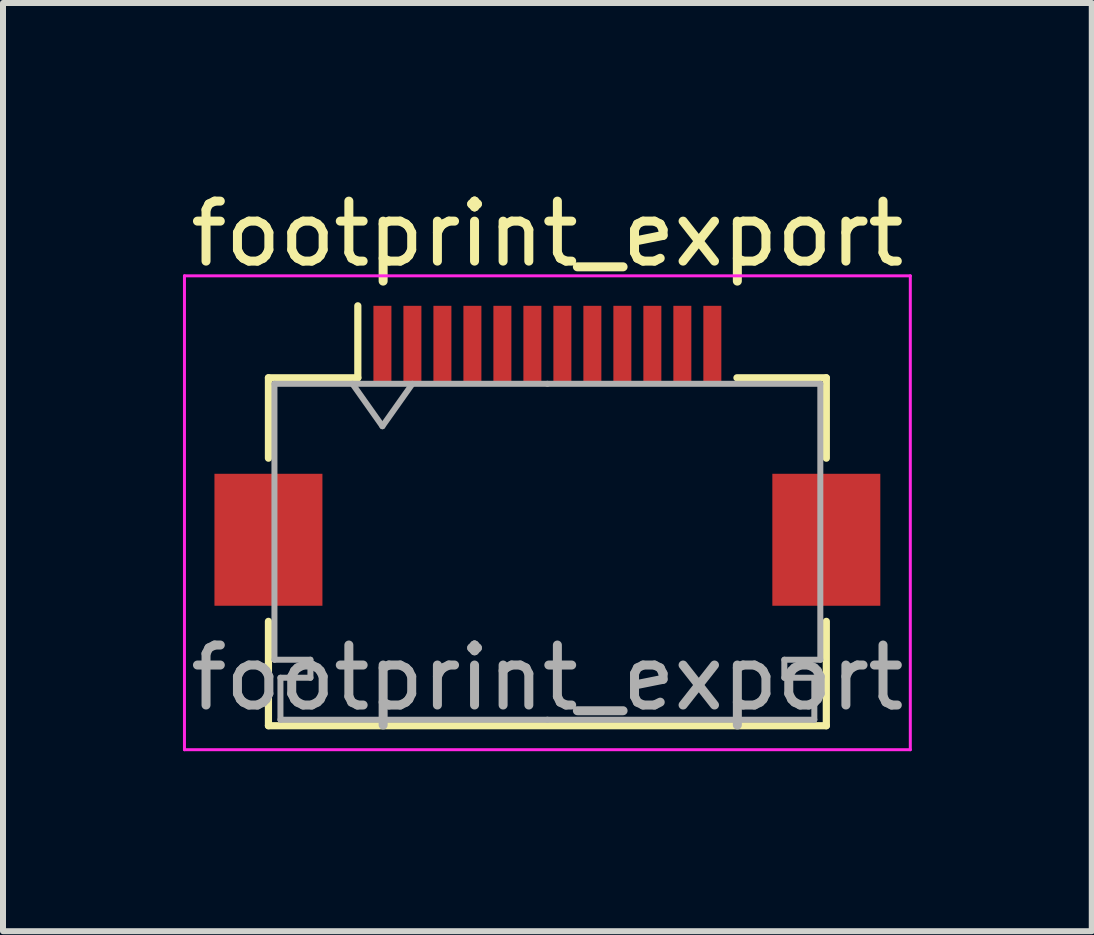
<source format=kicad_pcb>
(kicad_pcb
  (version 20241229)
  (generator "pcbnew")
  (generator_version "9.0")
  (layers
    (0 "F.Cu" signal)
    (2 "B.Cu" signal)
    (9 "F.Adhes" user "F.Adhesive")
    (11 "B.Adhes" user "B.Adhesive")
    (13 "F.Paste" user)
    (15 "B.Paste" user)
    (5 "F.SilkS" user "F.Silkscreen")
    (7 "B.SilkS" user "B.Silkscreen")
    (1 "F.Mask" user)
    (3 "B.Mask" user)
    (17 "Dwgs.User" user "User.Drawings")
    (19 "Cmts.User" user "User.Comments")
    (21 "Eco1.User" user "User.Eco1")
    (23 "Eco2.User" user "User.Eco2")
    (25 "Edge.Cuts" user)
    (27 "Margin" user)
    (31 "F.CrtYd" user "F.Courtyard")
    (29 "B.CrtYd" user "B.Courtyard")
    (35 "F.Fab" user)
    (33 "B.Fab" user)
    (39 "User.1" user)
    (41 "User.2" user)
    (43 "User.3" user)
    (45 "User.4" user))
  (footprint "footprint_export"
    (layer "F.Cu")
    (at 6.075 4.548)
    (property "Reference" "footprint_export" (at 0 -3.7 0) (layer "F.SilkS") (effects (font (size 1 1) (thickness 0.15))))
    (attr smd)
    (fp_line (start -4.65 -1.3) (end -4.65 0.04) (stroke (width 0.12) (type solid)) (layer "F.SilkS"))
    (fp_line (start -4.65 2.76) (end -4.65 4.5) (stroke (width 0.12) (type solid)) (layer "F.SilkS"))
    (fp_line (start -4.65 4.5) (end 4.65 4.5) (stroke (width 0.12) (type solid)) (layer "F.SilkS"))
    (fp_line (start -3.16 -1.3) (end -4.65 -1.3) (stroke (width 0.12) (type solid)) (layer "F.SilkS"))
    (fp_line (start -3.16 -1.3) (end -3.16 -2.5) (stroke (width 0.12) (type solid)) (layer "F.SilkS"))
    (fp_line (start 3.16 -1.3) (end 4.65 -1.3) (stroke (width 0.12) (type solid)) (layer "F.SilkS"))
    (fp_line (start 4.65 -1.3) (end 4.65 0.04) (stroke (width 0.12) (type solid)) (layer "F.SilkS"))
    (fp_line (start 4.65 4.5) (end 4.65 2.76) (stroke (width 0.12) (type solid)) (layer "F.SilkS"))
    (fp_line (start -6.05 -3) (end -6.05 4.9) (stroke (width 0.05) (type solid)) (layer "F.CrtYd"))
    (fp_line (start -6.05 4.9) (end 6.05 4.9) (stroke (width 0.05) (type solid)) (layer "F.CrtYd"))
    (fp_line (start 6.05 -3) (end -6.05 -3) (stroke (width 0.05) (type solid)) (layer "F.CrtYd"))
    (fp_line (start 6.05 4.9) (end 6.05 -3) (stroke (width 0.05) (type solid)) (layer "F.CrtYd"))
    (fp_line (start -4.55 -1.2) (end -4.55 3.4) (stroke (width 0.1) (type solid)) (layer "F.Fab"))
    (fp_line (start -4.55 3.4) (end -3.95 3.4) (stroke (width 0.1) (type solid)) (layer "F.Fab"))
    (fp_line (start -4.45 3.7) (end -4.45 4.4) (stroke (width 0.1) (type solid)) (layer "F.Fab"))
    (fp_line (start -4.45 4.4) (end 0 4.4) (stroke (width 0.1) (type solid)) (layer "F.Fab"))
    (fp_line (start -3.95 3.4) (end -3.95 3.7) (stroke (width 0.1) (type solid)) (layer "F.Fab"))
    (fp_line (start -3.95 3.7) (end -4.45 3.7) (stroke (width 0.1) (type solid)) (layer "F.Fab"))
    (fp_line (start -3.25 -1.2) (end -2.75 -0.493) (stroke (width 0.1) (type solid)) (layer "F.Fab"))
    (fp_line (start -2.75 -0.493) (end -2.25 -1.2) (stroke (width 0.1) (type solid)) (layer "F.Fab"))
    (fp_line (start 0 -1.2) (end -4.55 -1.2) (stroke (width 0.1) (type solid)) (layer "F.Fab"))
    (fp_line (start 0 -1.2) (end 4.55 -1.2) (stroke (width 0.1) (type solid)) (layer "F.Fab"))
    (fp_line (start 3.95 3.4) (end 3.95 3.7) (stroke (width 0.1) (type solid)) (layer "F.Fab"))
    (fp_line (start 3.95 3.7) (end 4.45 3.7) (stroke (width 0.1) (type solid)) (layer "F.Fab"))
    (fp_line (start 4.45 3.7) (end 4.45 4.4) (stroke (width 0.1) (type solid)) (layer "F.Fab"))
    (fp_line (start 4.45 4.4) (end 0 4.4) (stroke (width 0.1) (type solid)) (layer "F.Fab"))
    (fp_line (start 4.55 -1.2) (end 4.55 3.4) (stroke (width 0.1) (type solid)) (layer "F.Fab"))
    (fp_line (start 4.55 3.4) (end 3.95 3.4) (stroke (width 0.1) (type solid)) (layer "F.Fab"))
    (fp_text user "${REFERENCE}" (at 0 3.7 0) (layer "F.Fab") (effects (font (size 1 1) (thickness 0.15))))
    (pad "1" smd rect (at -2.75 -1.85) (size 0.3 1.3) (layers "F.Cu" "F.Mask" "F.Paste"))
    (pad "2" smd rect (at -2.25 -1.85) (size 0.3 1.3) (layers "F.Cu" "F.Mask" "F.Paste"))
    (pad "3" smd rect (at -1.75 -1.85) (size 0.3 1.3) (layers "F.Cu" "F.Mask" "F.Paste"))
    (pad "4" smd rect (at -1.25 -1.85) (size 0.3 1.3) (layers "F.Cu" "F.Mask" "F.Paste"))
    (pad "5" smd rect (at -0.75 -1.85) (size 0.3 1.3) (layers "F.Cu" "F.Mask" "F.Paste"))
    (pad "6" smd rect (at -0.25 -1.85) (size 0.3 1.3) (layers "F.Cu" "F.Mask" "F.Paste"))
    (pad "7" smd rect (at 0.25 -1.85) (size 0.3 1.3) (layers "F.Cu" "F.Mask" "F.Paste"))
    (pad "8" smd rect (at 0.75 -1.85) (size 0.3 1.3) (layers "F.Cu" "F.Mask" "F.Paste"))
    (pad "9" smd rect (at 1.25 -1.85) (size 0.3 1.3) (layers "F.Cu" "F.Mask" "F.Paste"))
    (pad "10" smd rect (at 1.75 -1.85) (size 0.3 1.3) (layers "F.Cu" "F.Mask" "F.Paste"))
    (pad "11" smd rect (at 2.25 -1.85) (size 0.3 1.3) (layers "F.Cu" "F.Mask" "F.Paste"))
    (pad "12" smd rect (at 2.75 -1.85) (size 0.3 1.3) (layers "F.Cu" "F.Mask" "F.Paste"))
    (pad "MP" smd rect (at -4.65 1.4) (size 1.8 2.2) (layers "F.Cu" "F.Mask" "F.Paste"))
    (pad "MP" smd rect (at 4.65 1.4) (size 1.8 2.2) (layers "F.Cu" "F.Mask" "F.Paste")))
  (gr_rect
    (start -3 -3)
    (end 15.15 12.473)
    (stroke (width 0.1) (type default))
    (fill no)
    (layer "Edge.Cuts")))
</source>
